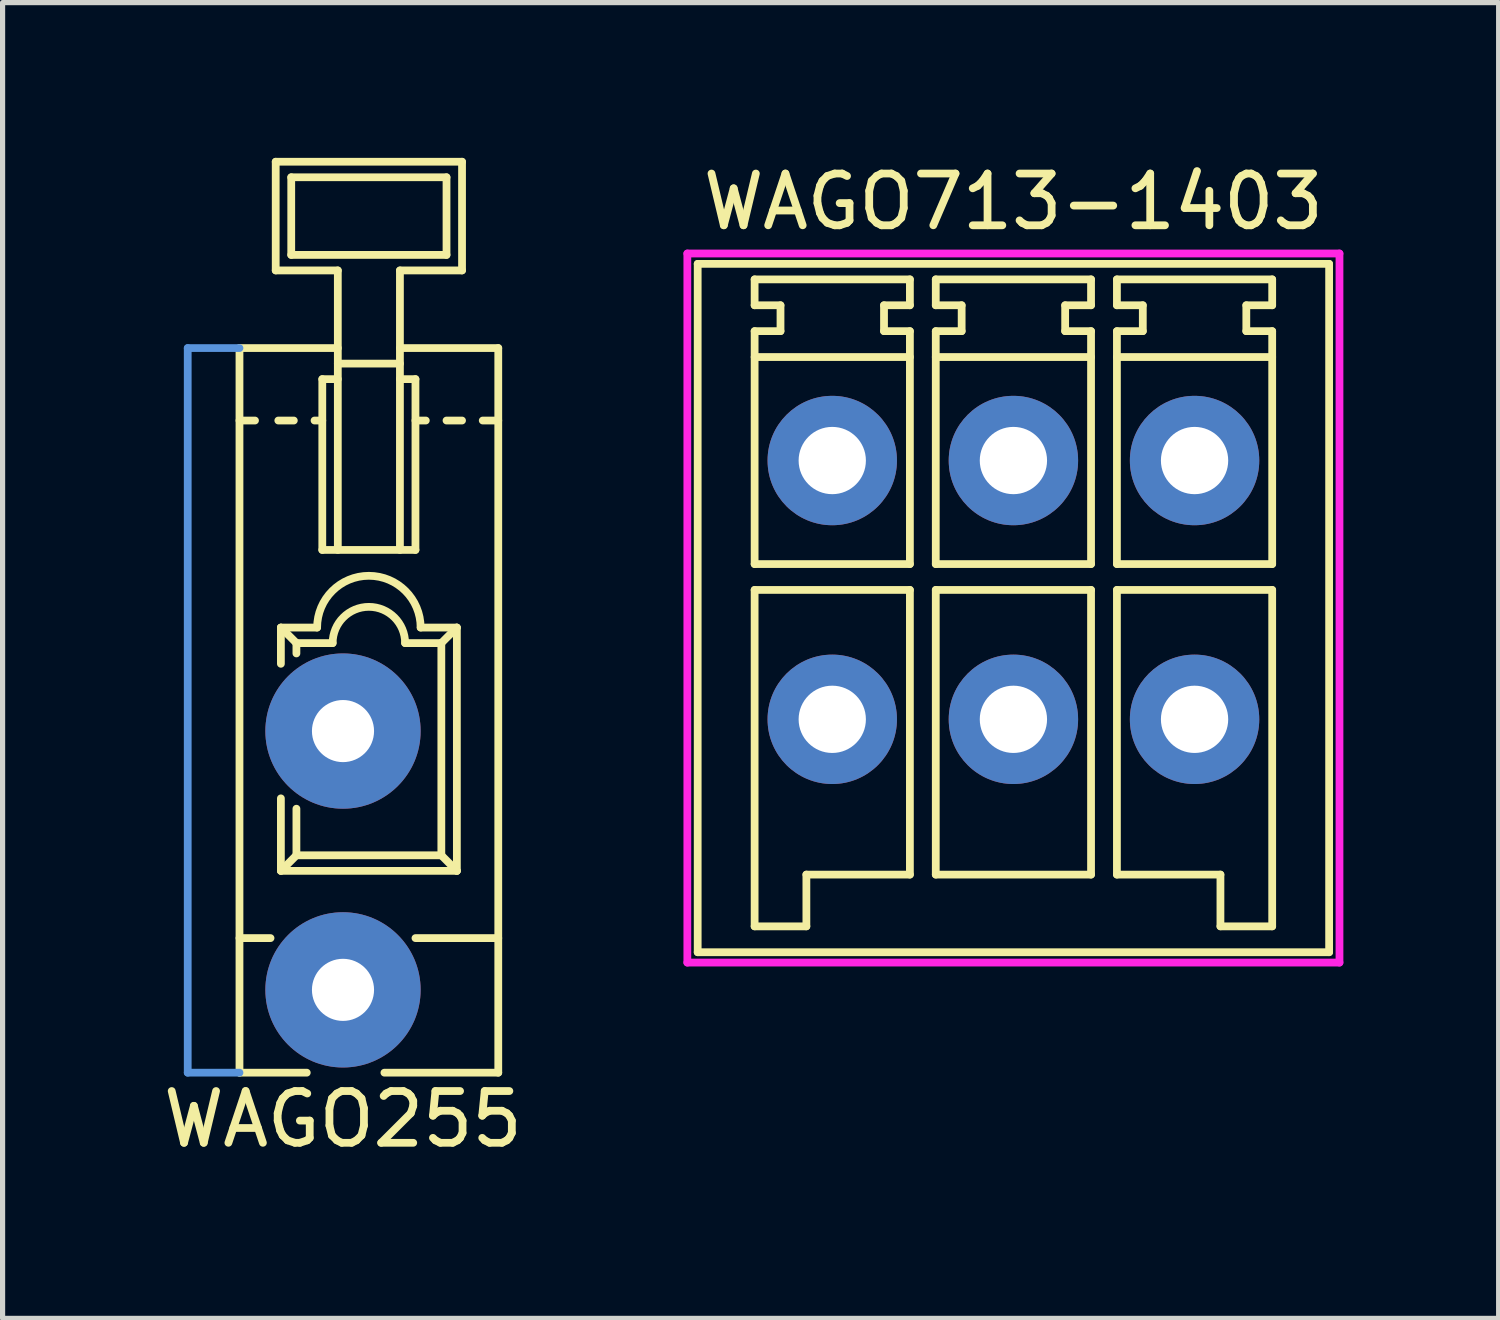
<source format=kicad_pcb>
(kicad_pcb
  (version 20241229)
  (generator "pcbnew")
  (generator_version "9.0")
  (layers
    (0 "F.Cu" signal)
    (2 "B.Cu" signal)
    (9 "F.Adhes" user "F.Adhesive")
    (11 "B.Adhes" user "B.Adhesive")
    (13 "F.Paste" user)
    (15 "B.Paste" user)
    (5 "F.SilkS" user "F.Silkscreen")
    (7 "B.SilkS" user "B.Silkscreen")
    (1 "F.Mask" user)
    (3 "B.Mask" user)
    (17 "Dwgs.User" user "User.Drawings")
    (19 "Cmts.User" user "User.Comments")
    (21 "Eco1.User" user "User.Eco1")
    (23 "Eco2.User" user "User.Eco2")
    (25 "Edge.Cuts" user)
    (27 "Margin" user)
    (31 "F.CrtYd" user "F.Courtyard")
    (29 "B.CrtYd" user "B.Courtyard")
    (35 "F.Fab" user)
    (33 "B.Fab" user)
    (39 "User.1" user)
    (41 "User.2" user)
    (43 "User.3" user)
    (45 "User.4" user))
  (footprint "WAGO713-1403"
    (layer "F.Cu")
    (at 13.03 5.848)
    (property "Reference" "WAGO713-1403" (at 3.5 -5 0) (layer "F.SilkS") (effects (font (size 1 1) (thickness 0.15))))
    (attr through_hole)
    (fp_line (start -2.6 -3.8) (end -2.6 9.5) (stroke (width 0.15) (type solid)) (layer "F.SilkS"))
    (fp_line (start -2.6 9.5) (end 9.6 9.5) (stroke (width 0.15) (type solid)) (layer "F.SilkS"))
    (fp_line (start -1.5 -3.5) (end 1.5 -3.5) (stroke (width 0.15) (type solid)) (layer "F.SilkS"))
    (fp_line (start -1.5 -3) (end -1.5 -3.5) (stroke (width 0.15) (type solid)) (layer "F.SilkS"))
    (fp_line (start -1.5 -2.5) (end -1 -2.5) (stroke (width 0.15) (type solid)) (layer "F.SilkS"))
    (fp_line (start -1.5 2) (end -1.5 -2.5) (stroke (width 0.15) (type solid)) (layer "F.SilkS"))
    (fp_line (start -1.5 2.5) (end -1.5 9) (stroke (width 0.15) (type solid)) (layer "F.SilkS"))
    (fp_line (start -1.5 9) (end -0.5 9) (stroke (width 0.15) (type solid)) (layer "F.SilkS"))
    (fp_line (start -1 -3) (end -1.5 -3) (stroke (width 0.15) (type solid)) (layer "F.SilkS"))
    (fp_line (start -1 -2.5) (end -1 -3) (stroke (width 0.15) (type solid)) (layer "F.SilkS"))
    (fp_line (start -0.5 8) (end 1.5 8) (stroke (width 0.15) (type solid)) (layer "F.SilkS"))
    (fp_line (start -0.5 9) (end -0.5 8) (stroke (width 0.15) (type solid)) (layer "F.SilkS"))
    (fp_line (start 1 -3) (end 1 -2.5) (stroke (width 0.15) (type solid)) (layer "F.SilkS"))
    (fp_line (start 1 -2.5) (end 1.5 -2.5) (stroke (width 0.15) (type solid)) (layer "F.SilkS"))
    (fp_line (start 1.5 -3.5) (end 1.5 -3) (stroke (width 0.15) (type solid)) (layer "F.SilkS"))
    (fp_line (start 1.5 -3) (end 1 -3) (stroke (width 0.15) (type solid)) (layer "F.SilkS"))
    (fp_line (start 1.5 -2.5) (end 1.5 2) (stroke (width 0.15) (type solid)) (layer "F.SilkS"))
    (fp_line (start 1.5 -2) (end -1.5 -2) (stroke (width 0.15) (type solid)) (layer "F.SilkS"))
    (fp_line (start 1.5 2) (end -1.5 2) (stroke (width 0.15) (type solid)) (layer "F.SilkS"))
    (fp_line (start 1.5 2.5) (end -1.5 2.5) (stroke (width 0.15) (type solid)) (layer "F.SilkS"))
    (fp_line (start 1.5 8) (end 1.5 2.5) (stroke (width 0.15) (type solid)) (layer "F.SilkS"))
    (fp_line (start 2 -3.5) (end 2 -3) (stroke (width 0.15) (type solid)) (layer "F.SilkS"))
    (fp_line (start 2 -3) (end 2.5 -3) (stroke (width 0.15) (type solid)) (layer "F.SilkS"))
    (fp_line (start 2 -2.5) (end 2 2) (stroke (width 0.15) (type solid)) (layer "F.SilkS"))
    (fp_line (start 2 2) (end 5 2) (stroke (width 0.15) (type solid)) (layer "F.SilkS"))
    (fp_line (start 2 2.5) (end 2 8) (stroke (width 0.15) (type solid)) (layer "F.SilkS"))
    (fp_line (start 2 8) (end 5 8) (stroke (width 0.15) (type solid)) (layer "F.SilkS"))
    (fp_line (start 2.5 -3) (end 2.5 -2.5) (stroke (width 0.15) (type solid)) (layer "F.SilkS"))
    (fp_line (start 2.5 -2.5) (end 2 -2.5) (stroke (width 0.15) (type solid)) (layer "F.SilkS"))
    (fp_line (start 4.5 -3) (end 5 -3) (stroke (width 0.15) (type solid)) (layer "F.SilkS"))
    (fp_line (start 4.5 -2.5) (end 4.5 -3) (stroke (width 0.15) (type solid)) (layer "F.SilkS"))
    (fp_line (start 5 -3.5) (end 2 -3.5) (stroke (width 0.15) (type solid)) (layer "F.SilkS"))
    (fp_line (start 5 -3) (end 5 -3.5) (stroke (width 0.15) (type solid)) (layer "F.SilkS"))
    (fp_line (start 5 -2.5) (end 4.5 -2.5) (stroke (width 0.15) (type solid)) (layer "F.SilkS"))
    (fp_line (start 5 -2) (end 2 -2) (stroke (width 0.15) (type solid)) (layer "F.SilkS"))
    (fp_line (start 5 2) (end 5 -2.5) (stroke (width 0.15) (type solid)) (layer "F.SilkS"))
    (fp_line (start 5 2.5) (end 2 2.5) (stroke (width 0.15) (type solid)) (layer "F.SilkS"))
    (fp_line (start 5 8) (end 5 2.5) (stroke (width 0.15) (type solid)) (layer "F.SilkS"))
    (fp_line (start 5.5 -3.5) (end 8.5 -3.5) (stroke (width 0.15) (type solid)) (layer "F.SilkS"))
    (fp_line (start 5.5 -3) (end 5.5 -3.5) (stroke (width 0.15) (type solid)) (layer "F.SilkS"))
    (fp_line (start 5.5 -2.5) (end 6 -2.5) (stroke (width 0.15) (type solid)) (layer "F.SilkS"))
    (fp_line (start 5.5 -2) (end 8.5 -2) (stroke (width 0.15) (type solid)) (layer "F.SilkS"))
    (fp_line (start 5.5 2) (end 5.5 -2.5) (stroke (width 0.15) (type solid)) (layer "F.SilkS"))
    (fp_line (start 5.5 2.5) (end 5.5 8) (stroke (width 0.15) (type solid)) (layer "F.SilkS"))
    (fp_line (start 5.5 8) (end 7.5 8) (stroke (width 0.15) (type solid)) (layer "F.SilkS"))
    (fp_line (start 6 -3) (end 5.5 -3) (stroke (width 0.15) (type solid)) (layer "F.SilkS"))
    (fp_line (start 6 -2.5) (end 6 -3) (stroke (width 0.15) (type solid)) (layer "F.SilkS"))
    (fp_line (start 7.5 8) (end 7.5 9) (stroke (width 0.15) (type solid)) (layer "F.SilkS"))
    (fp_line (start 7.5 9) (end 8.5 9) (stroke (width 0.15) (type solid)) (layer "F.SilkS"))
    (fp_line (start 8 -3) (end 8 -2.5) (stroke (width 0.15) (type solid)) (layer "F.SilkS"))
    (fp_line (start 8 -2.5) (end 8.5 -2.5) (stroke (width 0.15) (type solid)) (layer "F.SilkS"))
    (fp_line (start 8.5 -3.5) (end 8.5 -3) (stroke (width 0.15) (type solid)) (layer "F.SilkS"))
    (fp_line (start 8.5 -3) (end 8 -3) (stroke (width 0.15) (type solid)) (layer "F.SilkS"))
    (fp_line (start 8.5 -2.5) (end 8.5 2) (stroke (width 0.15) (type solid)) (layer "F.SilkS"))
    (fp_line (start 8.5 2) (end 5.5 2) (stroke (width 0.15) (type solid)) (layer "F.SilkS"))
    (fp_line (start 8.5 2.5) (end 5.5 2.5) (stroke (width 0.15) (type solid)) (layer "F.SilkS"))
    (fp_line (start 8.5 9) (end 8.5 2.5) (stroke (width 0.15) (type solid)) (layer "F.SilkS"))
    (fp_line (start 9.6 -3.8) (end -2.6 -3.8) (stroke (width 0.15) (type solid)) (layer "F.SilkS"))
    (fp_line (start 9.6 9.5) (end 9.6 -3.8) (stroke (width 0.15) (type solid)) (layer "F.SilkS"))
    (fp_line (start -2.8 -4) (end 9.8 -4) (stroke (width 0.15) (type solid)) (layer "F.CrtYd"))
    (fp_line (start -2.8 9.7) (end -2.8 -4) (stroke (width 0.15) (type solid)) (layer "F.CrtYd"))
    (fp_line (start 9.8 -4) (end 9.8 9.7) (stroke (width 0.15) (type solid)) (layer "F.CrtYd"))
    (fp_line (start 9.8 9.7) (end -2.8 9.7) (stroke (width 0.15) (type solid)) (layer "F.CrtYd"))
    (pad "1" thru_hole circle (at 0 0) (size 2.5 2.5) (drill 1.3) (layers "*.Cu" "*.Mask"))
    (pad "2" thru_hole circle (at 0 5) (size 2.5 2.5) (drill 1.3) (layers "*.Cu" "*.Mask"))
    (pad "3" thru_hole circle (at 3.5 0) (size 2.5 2.5) (drill 1.3) (layers "*.Cu" "*.Mask"))
    (pad "4" thru_hole circle (at 3.5 5) (size 2.5 2.5) (drill 1.3) (layers "*.Cu" "*.Mask"))
    (pad "5" thru_hole circle (at 7 0) (size 2.5 2.5) (drill 1.3) (layers "*.Cu" "*.Mask"))
    (pad "6" thru_hole circle (at 7 5) (size 2.5 2.5) (drill 1.3) (layers "*.Cu" "*.Mask")))
  (footprint "WAGO255"
    (layer "F.Cu")
    (at 3.577 16.075)
    (property "Reference" "WAGO255" (at 0 2.5 0) (layer "F.SilkS") (effects (font (size 1 1) (thickness 0.15))))
    (attr through_hole)
    (fp_line (start -2 -12.4) (end -0.1 -12.4) (stroke (width 0.15) (type solid)) (layer "F.SilkS"))
    (fp_line (start -2 -1) (end -1.4 -1) (stroke (width 0.15) (type solid)) (layer "F.SilkS"))
    (fp_line (start -2 1.6) (end -2 -12.4) (stroke (width 0.15) (type solid)) (layer "F.SilkS"))
    (fp_line (start -2 1.6) (end -0.7 1.6) (stroke (width 0.15) (type solid)) (layer "F.SilkS"))
    (fp_line (start -1.7 -11) (end -2 -11) (stroke (width 0.15) (type solid)) (layer "F.SilkS"))
    (fp_line (start -1.3 -16) (end -1.3 -13.9) (stroke (width 0.15) (type solid)) (layer "F.SilkS"))
    (fp_line (start -1.3 -16) (end 2.3 -16) (stroke (width 0.15) (type solid)) (layer "F.SilkS"))
    (fp_line (start -1.3 -13.9) (end -0.1 -13.9) (stroke (width 0.15) (type solid)) (layer "F.SilkS"))
    (fp_line (start -1.2 -7) (end -0.899 -6.7) (stroke (width 0.15) (type solid)) (layer "F.SilkS"))
    (fp_line (start -1.2 -7) (end -0.501 -7) (stroke (width 0.15) (type solid)) (layer "F.SilkS"))
    (fp_line (start -1.2 -6.3) (end -1.2 -6.999) (stroke (width 0.15) (type solid)) (layer "F.SilkS"))
    (fp_line (start -1.2 -3.7) (end -1.2 -2.3) (stroke (width 0.15) (type solid)) (layer "F.SilkS"))
    (fp_line (start -1.199 -2.299) (end -0.9 -2.6) (stroke (width 0.15) (type solid)) (layer "F.SilkS"))
    (fp_line (start -1.199 -2.299) (end 2.2 -2.299) (stroke (width 0.15) (type solid)) (layer "F.SilkS"))
    (fp_line (start -1 -15.7) (end -1 -14.2) (stroke (width 0.15) (type solid)) (layer "F.SilkS"))
    (fp_line (start -1 -14.2) (end 2 -14.2) (stroke (width 0.15) (type solid)) (layer "F.SilkS"))
    (fp_line (start -0.95 -11) (end -1.25 -11) (stroke (width 0.15) (type solid)) (layer "F.SilkS"))
    (fp_line (start -0.9 -6.7) (end -0.9 -6.5) (stroke (width 0.15) (type solid)) (layer "F.SilkS"))
    (fp_line (start -0.9 -2.6) (end -0.9 -3.5) (stroke (width 0.15) (type solid)) (layer "F.SilkS"))
    (fp_line (start -0.9 -2.6) (end 1.9 -2.6) (stroke (width 0.15) (type solid)) (layer "F.SilkS"))
    (fp_line (start -0.899 -6.7) (end -0.2 -6.7) (stroke (width 0.15) (type solid)) (layer "F.SilkS"))
    (fp_line (start -0.4 -11.8) (end -0.4 -8.5) (stroke (width 0.15) (type solid)) (layer "F.SilkS"))
    (fp_line (start -0.4 -11) (end -0.55 -11) (stroke (width 0.15) (type solid)) (layer "F.SilkS"))
    (fp_line (start -0.4 -8.5) (end 1.4 -8.5) (stroke (width 0.15) (type solid)) (layer "F.SilkS"))
    (fp_line (start -0.1 -13.9) (end -0.1 -8.5) (stroke (width 0.15) (type solid)) (layer "F.SilkS"))
    (fp_line (start -0.1 -12.1) (end 1.1 -12.1) (stroke (width 0.15) (type solid)) (layer "F.SilkS"))
    (fp_line (start -0.1 -11.8) (end -0.4 -11.8) (stroke (width 0.15) (type solid)) (layer "F.SilkS"))
    (fp_line (start 0.8 1.6) (end 3 1.6) (stroke (width 0.15) (type solid)) (layer "F.SilkS"))
    (fp_line (start 1.1 -13.9) (end 1.1 -8.5) (stroke (width 0.15) (type solid)) (layer "F.SilkS"))
    (fp_line (start 1.1 -13.9) (end 2.3 -13.9) (stroke (width 0.15) (type solid)) (layer "F.SilkS"))
    (fp_line (start 1.1 -12.4) (end 3 -12.4) (stroke (width 0.15) (type solid)) (layer "F.SilkS"))
    (fp_line (start 1.2 -6.7) (end 1.899 -6.7) (stroke (width 0.15) (type solid)) (layer "F.SilkS"))
    (fp_line (start 1.4 -11.8) (end 1.1 -11.8) (stroke (width 0.15) (type solid)) (layer "F.SilkS"))
    (fp_line (start 1.4 -8.5) (end 1.4 -11.8) (stroke (width 0.15) (type solid)) (layer "F.SilkS"))
    (fp_line (start 1.5 -7) (end 2.199 -7) (stroke (width 0.15) (type solid)) (layer "F.SilkS"))
    (fp_line (start 1.6 -11) (end 1.4 -11) (stroke (width 0.15) (type solid)) (layer "F.SilkS"))
    (fp_line (start 1.899 -6.699) (end 2.199 -7) (stroke (width 0.15) (type solid)) (layer "F.SilkS"))
    (fp_line (start 1.9 -6.7) (end 1.9 -2.6) (stroke (width 0.15) (type solid)) (layer "F.SilkS"))
    (fp_line (start 2 -15.7) (end -1 -15.7) (stroke (width 0.15) (type solid)) (layer "F.SilkS"))
    (fp_line (start 2 -14.2) (end 2 -15.7) (stroke (width 0.15) (type solid)) (layer "F.SilkS"))
    (fp_line (start 2.2 -2.299) (end 1.9 -2.6) (stroke (width 0.15) (type solid)) (layer "F.SilkS"))
    (fp_line (start 2.2 -2.299) (end 2.2 -7) (stroke (width 0.15) (type solid)) (layer "F.SilkS"))
    (fp_line (start 2.3 -16) (end 2.3 -13.9) (stroke (width 0.15) (type solid)) (layer "F.SilkS"))
    (fp_line (start 2.3 -11) (end 2 -11) (stroke (width 0.15) (type solid)) (layer "F.SilkS"))
    (fp_line (start 3 -12.4) (end 3 1.6) (stroke (width 0.15) (type solid)) (layer "F.SilkS"))
    (fp_line (start 3 -11) (end 2.7 -11) (stroke (width 0.15) (type solid)) (layer "F.SilkS"))
    (fp_line (start 3 -1) (end 1.4 -1) (stroke (width 0.15) (type solid)) (layer "F.SilkS"))
    (fp_arc (start -0.5 -7) (mid 0.5 -8) (end 1.5 -7) (stroke (width 0.15) (type solid)) (layer "F.SilkS"))
    (fp_arc (start -0.2 -6.7) (mid 0.5 -7.4) (end 1.2 -6.7) (stroke (width 0.15) (type solid)) (layer "F.SilkS"))
    (fp_line (start -3 -12.4) (end -2 -12.4) (stroke (width 0.15) (type solid)) (layer "Cmts.User"))
    (fp_line (start -3 1.6) (end -3 -12.4) (stroke (width 0.15) (type solid)) (layer "Cmts.User"))
    (fp_line (start -2 1.6) (end -3 1.6) (stroke (width 0.15) (type solid)) (layer "Cmts.User"))
    (pad "1" thru_hole circle (at 0 -5) (size 3 3) (drill 1.2) (layers "*.Cu" "*.Mask"))
    (pad "1" thru_hole circle (at 0 0) (size 3 3) (drill 1.2) (layers "*.Cu" "*.Mask")))
  (gr_rect
    (start -3 -3)
    (end 25.905 22.423)
    (stroke (width 0.1) (type default))
    (fill no)
    (layer "Edge.Cuts")))
</source>
